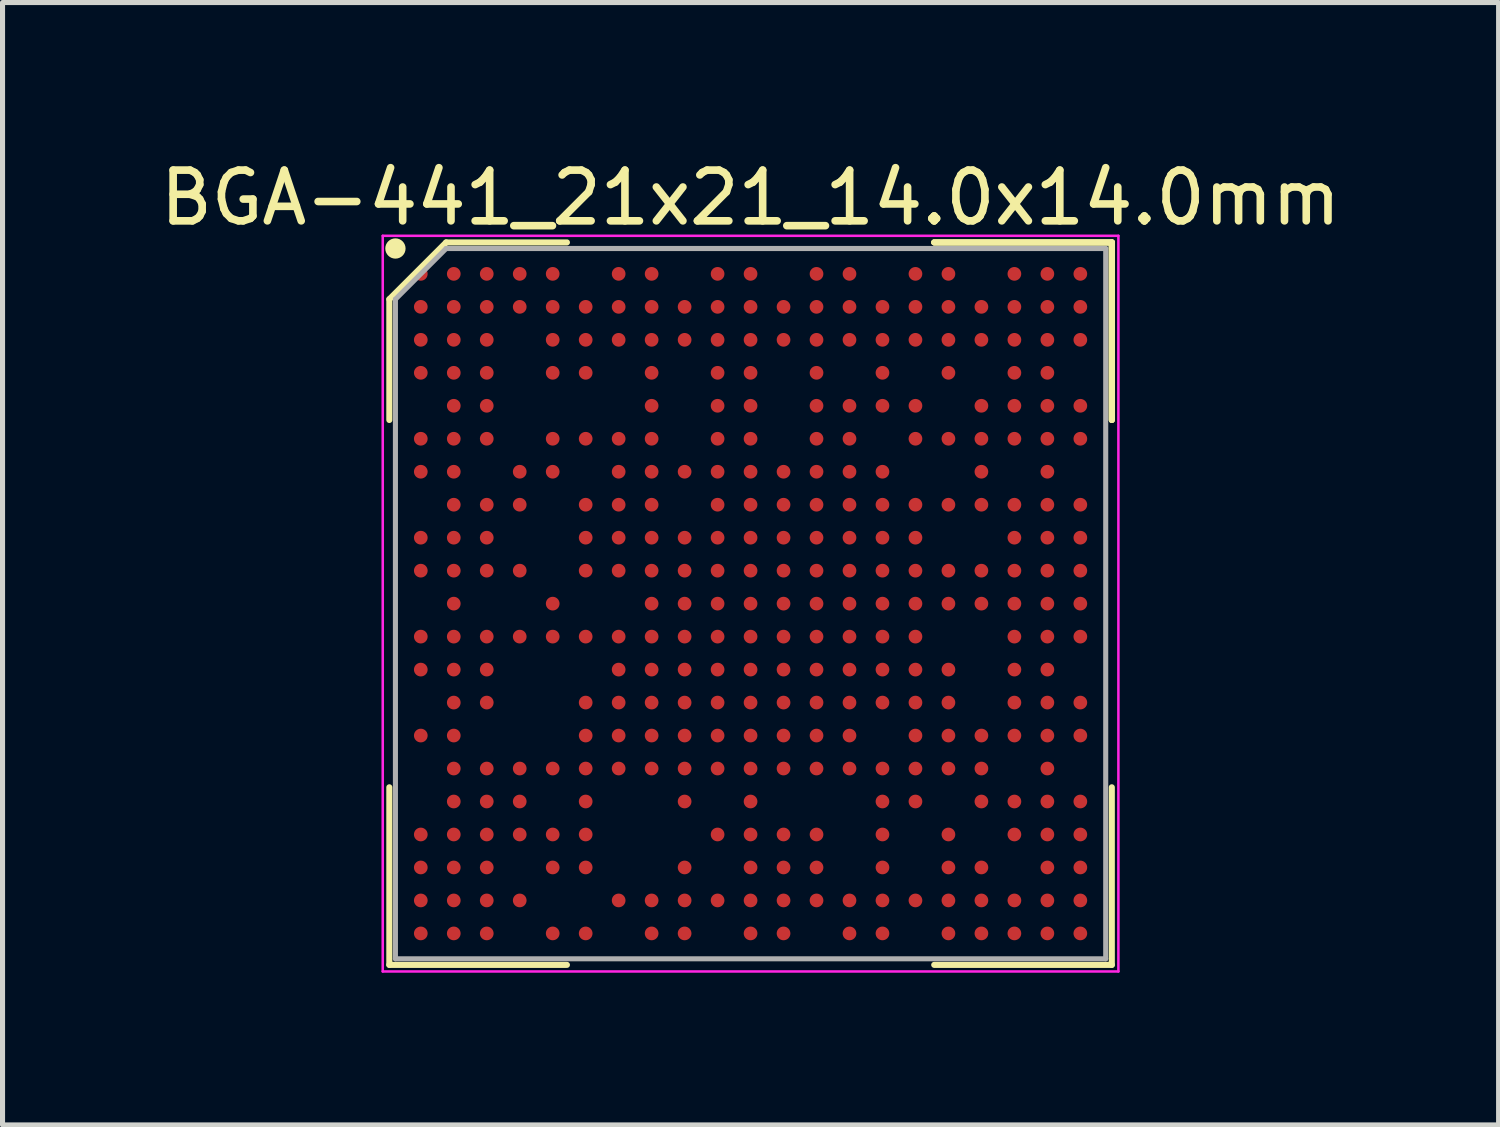
<source format=kicad_pcb>
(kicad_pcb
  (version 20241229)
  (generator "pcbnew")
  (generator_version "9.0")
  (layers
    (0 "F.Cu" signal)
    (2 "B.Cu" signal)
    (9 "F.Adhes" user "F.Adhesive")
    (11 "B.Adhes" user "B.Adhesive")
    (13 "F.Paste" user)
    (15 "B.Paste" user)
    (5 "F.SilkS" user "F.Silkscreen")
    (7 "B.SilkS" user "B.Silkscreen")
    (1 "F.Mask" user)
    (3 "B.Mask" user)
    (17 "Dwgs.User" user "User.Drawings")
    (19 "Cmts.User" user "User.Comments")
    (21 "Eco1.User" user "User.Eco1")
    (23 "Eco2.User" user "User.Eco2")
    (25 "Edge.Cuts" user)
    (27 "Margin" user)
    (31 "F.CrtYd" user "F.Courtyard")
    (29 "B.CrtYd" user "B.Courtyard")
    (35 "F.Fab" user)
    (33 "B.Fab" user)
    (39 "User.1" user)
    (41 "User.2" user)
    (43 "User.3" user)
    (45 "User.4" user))
  (footprint "BGA-441_21x21_14.0x14.0mm"
    (layer "F.Cu")
    (at 11.744 8.848)
    (property "Reference" "BGA-441_21x21_14.0x14.0mm" (at 0 -8 0) (layer "F.SilkS") (effects (font (size 1 1) (thickness 0.15))))
    (attr through_hole)
    (fp_line (start -7.12 -6) (end -7.12 -3.62) (stroke (width 0.12) (type solid)) (layer "F.SilkS"))
    (fp_line (start -7.12 7.12) (end -7.12 3.62) (stroke (width 0.12) (type solid)) (layer "F.SilkS"))
    (fp_line (start -6 -7.12) (end -7.12 -6) (stroke (width 0.12) (type solid)) (layer "F.SilkS"))
    (fp_line (start -3.62 -7.12) (end -6 -7.12) (stroke (width 0.12) (type solid)) (layer "F.SilkS"))
    (fp_line (start -3.62 7.12) (end -7.12 7.12) (stroke (width 0.12) (type solid)) (layer "F.SilkS"))
    (fp_line (start 3.62 -7.12) (end 7.12 -7.12) (stroke (width 0.12) (type solid)) (layer "F.SilkS"))
    (fp_line (start 3.62 -7.12) (end 7.12 -7.12) (stroke (width 0.12) (type solid)) (layer "F.SilkS"))
    (fp_line (start 3.62 -7.12) (end 7.12 -7.12) (stroke (width 0.12) (type solid)) (layer "F.SilkS"))
    (fp_line (start 3.62 7.12) (end 7.12 7.12) (stroke (width 0.12) (type solid)) (layer "F.SilkS"))
    (fp_line (start 7.12 -7.12) (end 7.12 -3.62) (stroke (width 0.12) (type solid)) (layer "F.SilkS"))
    (fp_line (start 7.12 -7.12) (end 7.12 -3.62) (stroke (width 0.12) (type solid)) (layer "F.SilkS"))
    (fp_line (start 7.12 -7.12) (end 7.12 -3.62) (stroke (width 0.12) (type solid)) (layer "F.SilkS"))
    (fp_line (start 7.12 7.12) (end 7.12 3.62) (stroke (width 0.12) (type solid)) (layer "F.SilkS"))
    (fp_circle (center -7 -7) (end -7 -6.9) (stroke (width 0.2) (type solid)) (fill no) (layer "F.SilkS"))
    (fp_line (start -7.25 -7.25) (end 7.25 -7.25) (stroke (width 0.05) (type solid)) (layer "F.CrtYd"))
    (fp_line (start -7.25 7.25) (end -7.25 -7.25) (stroke (width 0.05) (type solid)) (layer "F.CrtYd"))
    (fp_line (start 7.25 -7.25) (end 7.25 7.25) (stroke (width 0.05) (type solid)) (layer "F.CrtYd"))
    (fp_line (start 7.25 7.25) (end -7.25 7.25) (stroke (width 0.05) (type solid)) (layer "F.CrtYd"))
    (fp_line (start -7 -6) (end -7 7) (stroke (width 0.1) (type solid)) (layer "F.Fab"))
    (fp_line (start -7 7) (end 7 7) (stroke (width 0.1) (type solid)) (layer "F.Fab"))
    (fp_line (start -6 -7) (end -7 -6) (stroke (width 0.1) (type solid)) (layer "F.Fab"))
    (fp_line (start 7 -7) (end -6 -7) (stroke (width 0.1) (type solid)) (layer "F.Fab"))
    (fp_line (start 7 7) (end 7 -7) (stroke (width 0.1) (type solid)) (layer "F.Fab"))
    (pad "A1" smd circle (at -6.5 -6.5) (size 0.27 0.27) (layers "F.Cu" "F.Mask" "F.Paste"))
    (pad "A2" smd circle (at -5.85 -6.5) (size 0.27 0.27) (layers "F.Cu" "F.Mask" "F.Paste"))
    (pad "A3" smd circle (at -5.2 -6.5) (size 0.27 0.27) (layers "F.Cu" "F.Mask" "F.Paste"))
    (pad "A4" smd circle (at -4.55 -6.5) (size 0.27 0.27) (layers "F.Cu" "F.Mask" "F.Paste"))
    (pad "A5" smd circle (at -3.9 -6.5) (size 0.27 0.27) (layers "F.Cu" "F.Mask" "F.Paste"))
    (pad "A7" smd circle (at -2.6 -6.5) (size 0.27 0.27) (layers "F.Cu" "F.Mask" "F.Paste"))
    (pad "A8" smd circle (at -1.95 -6.5) (size 0.27 0.27) (layers "F.Cu" "F.Mask" "F.Paste"))
    (pad "A10" smd circle (at -0.65 -6.5) (size 0.27 0.27) (layers "F.Cu" "F.Mask" "F.Paste"))
    (pad "A11" smd circle (at 0 -6.5) (size 0.27 0.27) (layers "F.Cu" "F.Mask" "F.Paste"))
    (pad "A13" smd circle (at 1.3 -6.5) (size 0.27 0.27) (layers "F.Cu" "F.Mask" "F.Paste"))
    (pad "A14" smd circle (at 1.95 -6.5) (size 0.27 0.27) (layers "F.Cu" "F.Mask" "F.Paste"))
    (pad "A16" smd circle (at 3.25 -6.5) (size 0.27 0.27) (layers "F.Cu" "F.Mask" "F.Paste"))
    (pad "A17" smd circle (at 3.9 -6.5) (size 0.27 0.27) (layers "F.Cu" "F.Mask" "F.Paste"))
    (pad "A19" smd circle (at 5.2 -6.5) (size 0.27 0.27) (layers "F.Cu" "F.Mask" "F.Paste"))
    (pad "A20" smd circle (at 5.85 -6.5) (size 0.27 0.27) (layers "F.Cu" "F.Mask" "F.Paste"))
    (pad "A21" smd circle (at 6.5 -6.5) (size 0.27 0.27) (layers "F.Cu" "F.Mask" "F.Paste"))
    (pad "AA1" smd circle (at -6.5 6.5) (size 0.27 0.27) (layers "F.Cu" "F.Mask" "F.Paste"))
    (pad "AA2" smd circle (at -5.85 6.5) (size 0.27 0.27) (layers "F.Cu" "F.Mask" "F.Paste"))
    (pad "AA3" smd circle (at -5.2 6.5) (size 0.27 0.27) (layers "F.Cu" "F.Mask" "F.Paste"))
    (pad "AA5" smd circle (at -3.9 6.5) (size 0.27 0.27) (layers "F.Cu" "F.Mask" "F.Paste"))
    (pad "AA6" smd circle (at -3.25 6.5) (size 0.27 0.27) (layers "F.Cu" "F.Mask" "F.Paste"))
    (pad "AA8" smd circle (at -1.95 6.5) (size 0.27 0.27) (layers "F.Cu" "F.Mask" "F.Paste"))
    (pad "AA9" smd circle (at -1.3 6.5) (size 0.27 0.27) (layers "F.Cu" "F.Mask" "F.Paste"))
    (pad "AA11" smd circle (at 0 6.5) (size 0.27 0.27) (layers "F.Cu" "F.Mask" "F.Paste"))
    (pad "AA12" smd circle (at 0.65 6.5) (size 0.27 0.27) (layers "F.Cu" "F.Mask" "F.Paste"))
    (pad "AA14" smd circle (at 1.95 6.5) (size 0.27 0.27) (layers "F.Cu" "F.Mask" "F.Paste"))
    (pad "AA15" smd circle (at 2.6 6.5) (size 0.27 0.27) (layers "F.Cu" "F.Mask" "F.Paste"))
    (pad "AA17" smd circle (at 3.9 6.5) (size 0.27 0.27) (layers "F.Cu" "F.Mask" "F.Paste"))
    (pad "AA18" smd circle (at 4.55 6.5) (size 0.27 0.27) (layers "F.Cu" "F.Mask" "F.Paste"))
    (pad "AA19" smd circle (at 5.2 6.5) (size 0.27 0.27) (layers "F.Cu" "F.Mask" "F.Paste"))
    (pad "AA20" smd circle (at 5.85 6.5) (size 0.27 0.27) (layers "F.Cu" "F.Mask" "F.Paste"))
    (pad "AA21" smd circle (at 6.5 6.5) (size 0.27 0.27) (layers "F.Cu" "F.Mask" "F.Paste"))
    (pad "B1" smd circle (at -6.5 -5.85) (size 0.27 0.27) (layers "F.Cu" "F.Mask" "F.Paste"))
    (pad "B2" smd circle (at -5.85 -5.85) (size 0.27 0.27) (layers "F.Cu" "F.Mask" "F.Paste"))
    (pad "B3" smd circle (at -5.2 -5.85) (size 0.27 0.27) (layers "F.Cu" "F.Mask" "F.Paste"))
    (pad "B4" smd circle (at -4.55 -5.85) (size 0.27 0.27) (layers "F.Cu" "F.Mask" "F.Paste"))
    (pad "B5" smd circle (at -3.9 -5.85) (size 0.27 0.27) (layers "F.Cu" "F.Mask" "F.Paste"))
    (pad "B6" smd circle (at -3.25 -5.85) (size 0.27 0.27) (layers "F.Cu" "F.Mask" "F.Paste"))
    (pad "B7" smd circle (at -2.6 -5.85) (size 0.27 0.27) (layers "F.Cu" "F.Mask" "F.Paste"))
    (pad "B8" smd circle (at -1.95 -5.85) (size 0.27 0.27) (layers "F.Cu" "F.Mask" "F.Paste"))
    (pad "B9" smd circle (at -1.3 -5.85) (size 0.27 0.27) (layers "F.Cu" "F.Mask" "F.Paste"))
    (pad "B10" smd circle (at -0.65 -5.85) (size 0.27 0.27) (layers "F.Cu" "F.Mask" "F.Paste"))
    (pad "B11" smd circle (at 0 -5.85) (size 0.27 0.27) (layers "F.Cu" "F.Mask" "F.Paste"))
    (pad "B12" smd circle (at 0.65 -5.85) (size 0.27 0.27) (layers "F.Cu" "F.Mask" "F.Paste"))
    (pad "B13" smd circle (at 1.3 -5.85) (size 0.27 0.27) (layers "F.Cu" "F.Mask" "F.Paste"))
    (pad "B14" smd circle (at 1.95 -5.85) (size 0.27 0.27) (layers "F.Cu" "F.Mask" "F.Paste"))
    (pad "B15" smd circle (at 2.6 -5.85) (size 0.27 0.27) (layers "F.Cu" "F.Mask" "F.Paste"))
    (pad "B16" smd circle (at 3.25 -5.85) (size 0.27 0.27) (layers "F.Cu" "F.Mask" "F.Paste"))
    (pad "B17" smd circle (at 3.9 -5.85) (size 0.27 0.27) (layers "F.Cu" "F.Mask" "F.Paste"))
    (pad "B18" smd circle (at 4.55 -5.85) (size 0.27 0.27) (layers "F.Cu" "F.Mask" "F.Paste"))
    (pad "B19" smd circle (at 5.2 -5.85) (size 0.27 0.27) (layers "F.Cu" "F.Mask" "F.Paste"))
    (pad "B20" smd circle (at 5.85 -5.85) (size 0.27 0.27) (layers "F.Cu" "F.Mask" "F.Paste"))
    (pad "B21" smd circle (at 6.5 -5.85) (size 0.27 0.27) (layers "F.Cu" "F.Mask" "F.Paste"))
    (pad "C1" smd circle (at -6.5 -5.2) (size 0.27 0.27) (layers "F.Cu" "F.Mask" "F.Paste"))
    (pad "C2" smd circle (at -5.85 -5.2) (size 0.27 0.27) (layers "F.Cu" "F.Mask" "F.Paste"))
    (pad "C3" smd circle (at -5.2 -5.2) (size 0.27 0.27) (layers "F.Cu" "F.Mask" "F.Paste"))
    (pad "C5" smd circle (at -3.9 -5.2) (size 0.27 0.27) (layers "F.Cu" "F.Mask" "F.Paste"))
    (pad "C6" smd circle (at -3.25 -5.2) (size 0.27 0.27) (layers "F.Cu" "F.Mask" "F.Paste"))
    (pad "C7" smd circle (at -2.6 -5.2) (size 0.27 0.27) (layers "F.Cu" "F.Mask" "F.Paste"))
    (pad "C8" smd circle (at -1.95 -5.2) (size 0.27 0.27) (layers "F.Cu" "F.Mask" "F.Paste"))
    (pad "C9" smd circle (at -1.3 -5.2) (size 0.27 0.27) (layers "F.Cu" "F.Mask" "F.Paste"))
    (pad "C10" smd circle (at -0.65 -5.2) (size 0.27 0.27) (layers "F.Cu" "F.Mask" "F.Paste"))
    (pad "C11" smd circle (at 0 -5.2) (size 0.27 0.27) (layers "F.Cu" "F.Mask" "F.Paste"))
    (pad "C12" smd circle (at 0.65 -5.2) (size 0.27 0.27) (layers "F.Cu" "F.Mask" "F.Paste"))
    (pad "C13" smd circle (at 1.3 -5.2) (size 0.27 0.27) (layers "F.Cu" "F.Mask" "F.Paste"))
    (pad "C14" smd circle (at 1.95 -5.2) (size 0.27 0.27) (layers "F.Cu" "F.Mask" "F.Paste"))
    (pad "C15" smd circle (at 2.6 -5.2) (size 0.27 0.27) (layers "F.Cu" "F.Mask" "F.Paste"))
    (pad "C16" smd circle (at 3.25 -5.2) (size 0.27 0.27) (layers "F.Cu" "F.Mask" "F.Paste"))
    (pad "C17" smd circle (at 3.9 -5.2) (size 0.27 0.27) (layers "F.Cu" "F.Mask" "F.Paste"))
    (pad "C18" smd circle (at 4.55 -5.2) (size 0.27 0.27) (layers "F.Cu" "F.Mask" "F.Paste"))
    (pad "C19" smd circle (at 5.2 -5.2) (size 0.27 0.27) (layers "F.Cu" "F.Mask" "F.Paste"))
    (pad "C20" smd circle (at 5.85 -5.2) (size 0.27 0.27) (layers "F.Cu" "F.Mask" "F.Paste"))
    (pad "C21" smd circle (at 6.5 -5.2) (size 0.27 0.27) (layers "F.Cu" "F.Mask" "F.Paste"))
    (pad "D1" smd circle (at -6.5 -4.55) (size 0.27 0.27) (layers "F.Cu" "F.Mask" "F.Paste"))
    (pad "D2" smd circle (at -5.85 -4.55) (size 0.27 0.27) (layers "F.Cu" "F.Mask" "F.Paste"))
    (pad "D3" smd circle (at -5.2 -4.55) (size 0.27 0.27) (layers "F.Cu" "F.Mask" "F.Paste"))
    (pad "D5" smd circle (at -3.9 -4.55) (size 0.27 0.27) (layers "F.Cu" "F.Mask" "F.Paste"))
    (pad "D6" smd circle (at -3.25 -4.55) (size 0.27 0.27) (layers "F.Cu" "F.Mask" "F.Paste"))
    (pad "D8" smd circle (at -1.95 -4.55) (size 0.27 0.27) (layers "F.Cu" "F.Mask" "F.Paste"))
    (pad "D10" smd circle (at -0.65 -4.55) (size 0.27 0.27) (layers "F.Cu" "F.Mask" "F.Paste"))
    (pad "D11" smd circle (at 0 -4.55) (size 0.27 0.27) (layers "F.Cu" "F.Mask" "F.Paste"))
    (pad "D13" smd circle (at 1.3 -4.55) (size 0.27 0.27) (layers "F.Cu" "F.Mask" "F.Paste"))
    (pad "D15" smd circle (at 2.6 -4.55) (size 0.27 0.27) (layers "F.Cu" "F.Mask" "F.Paste"))
    (pad "D17" smd circle (at 3.9 -4.55) (size 0.27 0.27) (layers "F.Cu" "F.Mask" "F.Paste"))
    (pad "D19" smd circle (at 5.2 -4.55) (size 0.27 0.27) (layers "F.Cu" "F.Mask" "F.Paste"))
    (pad "D20" smd circle (at 5.85 -4.55) (size 0.27 0.27) (layers "F.Cu" "F.Mask" "F.Paste"))
    (pad "E2" smd circle (at -5.85 -3.9) (size 0.27 0.27) (layers "F.Cu" "F.Mask" "F.Paste"))
    (pad "E3" smd circle (at -5.2 -3.9) (size 0.27 0.27) (layers "F.Cu" "F.Mask" "F.Paste"))
    (pad "E8" smd circle (at -1.95 -3.9) (size 0.27 0.27) (layers "F.Cu" "F.Mask" "F.Paste"))
    (pad "E10" smd circle (at -0.65 -3.9) (size 0.27 0.27) (layers "F.Cu" "F.Mask" "F.Paste"))
    (pad "E11" smd circle (at 0 -3.9) (size 0.27 0.27) (layers "F.Cu" "F.Mask" "F.Paste"))
    (pad "E13" smd circle (at 1.3 -3.9) (size 0.27 0.27) (layers "F.Cu" "F.Mask" "F.Paste"))
    (pad "E14" smd circle (at 1.95 -3.9) (size 0.27 0.27) (layers "F.Cu" "F.Mask" "F.Paste"))
    (pad "E15" smd circle (at 2.6 -3.9) (size 0.27 0.27) (layers "F.Cu" "F.Mask" "F.Paste"))
    (pad "E16" smd circle (at 3.25 -3.9) (size 0.27 0.27) (layers "F.Cu" "F.Mask" "F.Paste"))
    (pad "E18" smd circle (at 4.55 -3.9) (size 0.27 0.27) (layers "F.Cu" "F.Mask" "F.Paste"))
    (pad "E19" smd circle (at 5.2 -3.9) (size 0.27 0.27) (layers "F.Cu" "F.Mask" "F.Paste"))
    (pad "E20" smd circle (at 5.85 -3.9) (size 0.27 0.27) (layers "F.Cu" "F.Mask" "F.Paste"))
    (pad "E21" smd circle (at 6.5 -3.9) (size 0.27 0.27) (layers "F.Cu" "F.Mask" "F.Paste"))
    (pad "F1" smd circle (at -6.5 -3.25) (size 0.27 0.27) (layers "F.Cu" "F.Mask" "F.Paste"))
    (pad "F2" smd circle (at -5.85 -3.25) (size 0.27 0.27) (layers "F.Cu" "F.Mask" "F.Paste"))
    (pad "F3" smd circle (at -5.2 -3.25) (size 0.27 0.27) (layers "F.Cu" "F.Mask" "F.Paste"))
    (pad "F5" smd circle (at -3.9 -3.25) (size 0.27 0.27) (layers "F.Cu" "F.Mask" "F.Paste"))
    (pad "F6" smd circle (at -3.25 -3.25) (size 0.27 0.27) (layers "F.Cu" "F.Mask" "F.Paste"))
    (pad "F7" smd circle (at -2.6 -3.25) (size 0.27 0.27) (layers "F.Cu" "F.Mask" "F.Paste"))
    (pad "F8" smd circle (at -1.95 -3.25) (size 0.27 0.27) (layers "F.Cu" "F.Mask" "F.Paste"))
    (pad "F10" smd circle (at -0.65 -3.25) (size 0.27 0.27) (layers "F.Cu" "F.Mask" "F.Paste"))
    (pad "F11" smd circle (at 0 -3.25) (size 0.27 0.27) (layers "F.Cu" "F.Mask" "F.Paste"))
    (pad "F13" smd circle (at 1.3 -3.25) (size 0.27 0.27) (layers "F.Cu" "F.Mask" "F.Paste"))
    (pad "F14" smd circle (at 1.95 -3.25) (size 0.27 0.27) (layers "F.Cu" "F.Mask" "F.Paste"))
    (pad "F16" smd circle (at 3.25 -3.25) (size 0.27 0.27) (layers "F.Cu" "F.Mask" "F.Paste"))
    (pad "F17" smd circle (at 3.9 -3.25) (size 0.27 0.27) (layers "F.Cu" "F.Mask" "F.Paste"))
    (pad "F18" smd circle (at 4.55 -3.25) (size 0.27 0.27) (layers "F.Cu" "F.Mask" "F.Paste"))
    (pad "F19" smd circle (at 5.2 -3.25) (size 0.27 0.27) (layers "F.Cu" "F.Mask" "F.Paste"))
    (pad "F20" smd circle (at 5.85 -3.25) (size 0.27 0.27) (layers "F.Cu" "F.Mask" "F.Paste"))
    (pad "F21" smd circle (at 6.5 -3.25) (size 0.27 0.27) (layers "F.Cu" "F.Mask" "F.Paste"))
    (pad "G1" smd circle (at -6.5 -2.6) (size 0.27 0.27) (layers "F.Cu" "F.Mask" "F.Paste"))
    (pad "G2" smd circle (at -5.85 -2.6) (size 0.27 0.27) (layers "F.Cu" "F.Mask" "F.Paste"))
    (pad "G4" smd circle (at -4.55 -2.6) (size 0.27 0.27) (layers "F.Cu" "F.Mask" "F.Paste"))
    (pad "G5" smd circle (at -3.9 -2.6) (size 0.27 0.27) (layers "F.Cu" "F.Mask" "F.Paste"))
    (pad "G7" smd circle (at -2.6 -2.6) (size 0.27 0.27) (layers "F.Cu" "F.Mask" "F.Paste"))
    (pad "G8" smd circle (at -1.95 -2.6) (size 0.27 0.27) (layers "F.Cu" "F.Mask" "F.Paste"))
    (pad "G9" smd circle (at -1.3 -2.6) (size 0.27 0.27) (layers "F.Cu" "F.Mask" "F.Paste"))
    (pad "G10" smd circle (at -0.65 -2.6) (size 0.27 0.27) (layers "F.Cu" "F.Mask" "F.Paste"))
    (pad "G11" smd circle (at 0 -2.6) (size 0.27 0.27) (layers "F.Cu" "F.Mask" "F.Paste"))
    (pad "G12" smd circle (at 0.65 -2.6) (size 0.27 0.27) (layers "F.Cu" "F.Mask" "F.Paste"))
    (pad "G13" smd circle (at 1.3 -2.6) (size 0.27 0.27) (layers "F.Cu" "F.Mask" "F.Paste"))
    (pad "G14" smd circle (at 1.95 -2.6) (size 0.27 0.27) (layers "F.Cu" "F.Mask" "F.Paste"))
    (pad "G15" smd circle (at 2.6 -2.6) (size 0.27 0.27) (layers "F.Cu" "F.Mask" "F.Paste"))
    (pad "G18" smd circle (at 4.55 -2.6) (size 0.27 0.27) (layers "F.Cu" "F.Mask" "F.Paste"))
    (pad "G20" smd circle (at 5.85 -2.6) (size 0.27 0.27) (layers "F.Cu" "F.Mask" "F.Paste"))
    (pad "H2" smd circle (at -5.85 -1.95) (size 0.27 0.27) (layers "F.Cu" "F.Mask" "F.Paste"))
    (pad "H3" smd circle (at -5.2 -1.95) (size 0.27 0.27) (layers "F.Cu" "F.Mask" "F.Paste"))
    (pad "H4" smd circle (at -4.55 -1.95) (size 0.27 0.27) (layers "F.Cu" "F.Mask" "F.Paste"))
    (pad "H6" smd circle (at -3.25 -1.95) (size 0.27 0.27) (layers "F.Cu" "F.Mask" "F.Paste"))
    (pad "H7" smd circle (at -2.6 -1.95) (size 0.27 0.27) (layers "F.Cu" "F.Mask" "F.Paste"))
    (pad "H8" smd circle (at -1.95 -1.95) (size 0.27 0.27) (layers "F.Cu" "F.Mask" "F.Paste"))
    (pad "H10" smd circle (at -0.65 -1.95) (size 0.27 0.27) (layers "F.Cu" "F.Mask" "F.Paste"))
    (pad "H11" smd circle (at 0 -1.95) (size 0.27 0.27) (layers "F.Cu" "F.Mask" "F.Paste"))
    (pad "H12" smd circle (at 0.65 -1.95) (size 0.27 0.27) (layers "F.Cu" "F.Mask" "F.Paste"))
    (pad "H13" smd circle (at 1.3 -1.95) (size 0.27 0.27) (layers "F.Cu" "F.Mask" "F.Paste"))
    (pad "H14" smd circle (at 1.95 -1.95) (size 0.27 0.27) (layers "F.Cu" "F.Mask" "F.Paste"))
    (pad "H15" smd circle (at 2.6 -1.95) (size 0.27 0.27) (layers "F.Cu" "F.Mask" "F.Paste"))
    (pad "H16" smd circle (at 3.25 -1.95) (size 0.27 0.27) (layers "F.Cu" "F.Mask" "F.Paste"))
    (pad "H17" smd circle (at 3.9 -1.95) (size 0.27 0.27) (layers "F.Cu" "F.Mask" "F.Paste"))
    (pad "H18" smd circle (at 4.55 -1.95) (size 0.27 0.27) (layers "F.Cu" "F.Mask" "F.Paste"))
    (pad "H19" smd circle (at 5.2 -1.95) (size 0.27 0.27) (layers "F.Cu" "F.Mask" "F.Paste"))
    (pad "H20" smd circle (at 5.85 -1.95) (size 0.27 0.27) (layers "F.Cu" "F.Mask" "F.Paste"))
    (pad "H21" smd circle (at 6.5 -1.95) (size 0.27 0.27) (layers "F.Cu" "F.Mask" "F.Paste"))
    (pad "J1" smd circle (at -6.5 -1.3) (size 0.27 0.27) (layers "F.Cu" "F.Mask" "F.Paste"))
    (pad "J2" smd circle (at -5.85 -1.3) (size 0.27 0.27) (layers "F.Cu" "F.Mask" "F.Paste"))
    (pad "J3" smd circle (at -5.2 -1.3) (size 0.27 0.27) (layers "F.Cu" "F.Mask" "F.Paste"))
    (pad "J6" smd circle (at -3.25 -1.3) (size 0.27 0.27) (layers "F.Cu" "F.Mask" "F.Paste"))
    (pad "J7" smd circle (at -2.6 -1.3) (size 0.27 0.27) (layers "F.Cu" "F.Mask" "F.Paste"))
    (pad "J8" smd circle (at -1.95 -1.3) (size 0.27 0.27) (layers "F.Cu" "F.Mask" "F.Paste"))
    (pad "J9" smd circle (at -1.3 -1.3) (size 0.27 0.27) (layers "F.Cu" "F.Mask" "F.Paste"))
    (pad "J10" smd circle (at -0.65 -1.3) (size 0.27 0.27) (layers "F.Cu" "F.Mask" "F.Paste"))
    (pad "J11" smd circle (at 0 -1.3) (size 0.27 0.27) (layers "F.Cu" "F.Mask" "F.Paste"))
    (pad "J12" smd circle (at 0.65 -1.3) (size 0.27 0.27) (layers "F.Cu" "F.Mask" "F.Paste"))
    (pad "J13" smd circle (at 1.3 -1.3) (size 0.27 0.27) (layers "F.Cu" "F.Mask" "F.Paste"))
    (pad "J14" smd circle (at 1.95 -1.3) (size 0.27 0.27) (layers "F.Cu" "F.Mask" "F.Paste"))
    (pad "J15" smd circle (at 2.6 -1.3) (size 0.27 0.27) (layers "F.Cu" "F.Mask" "F.Paste"))
    (pad "J16" smd circle (at 3.25 -1.3) (size 0.27 0.27) (layers "F.Cu" "F.Mask" "F.Paste"))
    (pad "J19" smd circle (at 5.2 -1.3) (size 0.27 0.27) (layers "F.Cu" "F.Mask" "F.Paste"))
    (pad "J20" smd circle (at 5.85 -1.3) (size 0.27 0.27) (layers "F.Cu" "F.Mask" "F.Paste"))
    (pad "J21" smd circle (at 6.5 -1.3) (size 0.27 0.27) (layers "F.Cu" "F.Mask" "F.Paste"))
    (pad "K1" smd circle (at -6.5 -0.65) (size 0.27 0.27) (layers "F.Cu" "F.Mask" "F.Paste"))
    (pad "K2" smd circle (at -5.85 -0.65) (size 0.27 0.27) (layers "F.Cu" "F.Mask" "F.Paste"))
    (pad "K3" smd circle (at -5.2 -0.65) (size 0.27 0.27) (layers "F.Cu" "F.Mask" "F.Paste"))
    (pad "K4" smd circle (at -4.55 -0.65) (size 0.27 0.27) (layers "F.Cu" "F.Mask" "F.Paste"))
    (pad "K6" smd circle (at -3.25 -0.65) (size 0.27 0.27) (layers "F.Cu" "F.Mask" "F.Paste"))
    (pad "K7" smd circle (at -2.6 -0.65) (size 0.27 0.27) (layers "F.Cu" "F.Mask" "F.Paste"))
    (pad "K8" smd circle (at -1.95 -0.65) (size 0.27 0.27) (layers "F.Cu" "F.Mask" "F.Paste"))
    (pad "K9" smd circle (at -1.3 -0.65) (size 0.27 0.27) (layers "F.Cu" "F.Mask" "F.Paste"))
    (pad "K10" smd circle (at -0.65 -0.65) (size 0.27 0.27) (layers "F.Cu" "F.Mask" "F.Paste"))
    (pad "K11" smd circle (at 0 -0.65) (size 0.27 0.27) (layers "F.Cu" "F.Mask" "F.Paste"))
    (pad "K12" smd circle (at 0.65 -0.65) (size 0.27 0.27) (layers "F.Cu" "F.Mask" "F.Paste"))
    (pad "K13" smd circle (at 1.3 -0.65) (size 0.27 0.27) (layers "F.Cu" "F.Mask" "F.Paste"))
    (pad "K14" smd circle (at 1.95 -0.65) (size 0.27 0.27) (layers "F.Cu" "F.Mask" "F.Paste"))
    (pad "K15" smd circle (at 2.6 -0.65) (size 0.27 0.27) (layers "F.Cu" "F.Mask" "F.Paste"))
    (pad "K16" smd circle (at 3.25 -0.65) (size 0.27 0.27) (layers "F.Cu" "F.Mask" "F.Paste"))
    (pad "K17" smd circle (at 3.9 -0.65) (size 0.27 0.27) (layers "F.Cu" "F.Mask" "F.Paste"))
    (pad "K18" smd circle (at 4.55 -0.65) (size 0.27 0.27) (layers "F.Cu" "F.Mask" "F.Paste"))
    (pad "K19" smd circle (at 5.2 -0.65) (size 0.27 0.27) (layers "F.Cu" "F.Mask" "F.Paste"))
    (pad "K20" smd circle (at 5.85 -0.65) (size 0.27 0.27) (layers "F.Cu" "F.Mask" "F.Paste"))
    (pad "K21" smd circle (at 6.5 -0.65) (size 0.27 0.27) (layers "F.Cu" "F.Mask" "F.Paste"))
    (pad "L2" smd circle (at -5.85 0) (size 0.27 0.27) (layers "F.Cu" "F.Mask" "F.Paste"))
    (pad "L5" smd circle (at -3.9 0) (size 0.27 0.27) (layers "F.Cu" "F.Mask" "F.Paste"))
    (pad "L8" smd circle (at -1.95 0) (size 0.27 0.27) (layers "F.Cu" "F.Mask" "F.Paste"))
    (pad "L9" smd circle (at -1.3 0) (size 0.27 0.27) (layers "F.Cu" "F.Mask" "F.Paste"))
    (pad "L10" smd circle (at -0.65 0) (size 0.27 0.27) (layers "F.Cu" "F.Mask" "F.Paste"))
    (pad "L11" smd circle (at 0 0) (size 0.27 0.27) (layers "F.Cu" "F.Mask" "F.Paste"))
    (pad "L12" smd circle (at 0.65 0) (size 0.27 0.27) (layers "F.Cu" "F.Mask" "F.Paste"))
    (pad "L13" smd circle (at 1.3 0) (size 0.27 0.27) (layers "F.Cu" "F.Mask" "F.Paste"))
    (pad "L14" smd circle (at 1.95 0) (size 0.27 0.27) (layers "F.Cu" "F.Mask" "F.Paste"))
    (pad "L15" smd circle (at 2.6 0) (size 0.27 0.27) (layers "F.Cu" "F.Mask" "F.Paste"))
    (pad "L16" smd circle (at 3.25 0) (size 0.27 0.27) (layers "F.Cu" "F.Mask" "F.Paste"))
    (pad "L17" smd circle (at 3.9 0) (size 0.27 0.27) (layers "F.Cu" "F.Mask" "F.Paste"))
    (pad "L18" smd circle (at 4.55 0) (size 0.27 0.27) (layers "F.Cu" "F.Mask" "F.Paste"))
    (pad "L19" smd circle (at 5.2 0) (size 0.27 0.27) (layers "F.Cu" "F.Mask" "F.Paste"))
    (pad "L20" smd circle (at 5.85 0) (size 0.27 0.27) (layers "F.Cu" "F.Mask" "F.Paste"))
    (pad "L21" smd circle (at 6.5 0) (size 0.27 0.27) (layers "F.Cu" "F.Mask" "F.Paste"))
    (pad "M1" smd circle (at -6.5 0.65) (size 0.27 0.27) (layers "F.Cu" "F.Mask" "F.Paste"))
    (pad "M2" smd circle (at -5.85 0.65) (size 0.27 0.27) (layers "F.Cu" "F.Mask" "F.Paste"))
    (pad "M3" smd circle (at -5.2 0.65) (size 0.27 0.27) (layers "F.Cu" "F.Mask" "F.Paste"))
    (pad "M4" smd circle (at -4.55 0.65) (size 0.27 0.27) (layers "F.Cu" "F.Mask" "F.Paste"))
    (pad "M5" smd circle (at -3.9 0.65) (size 0.27 0.27) (layers "F.Cu" "F.Mask" "F.Paste"))
    (pad "M6" smd circle (at -3.25 0.65) (size 0.27 0.27) (layers "F.Cu" "F.Mask" "F.Paste"))
    (pad "M7" smd circle (at -2.6 0.65) (size 0.27 0.27) (layers "F.Cu" "F.Mask" "F.Paste"))
    (pad "M8" smd circle (at -1.95 0.65) (size 0.27 0.27) (layers "F.Cu" "F.Mask" "F.Paste"))
    (pad "M9" smd circle (at -1.3 0.65) (size 0.27 0.27) (layers "F.Cu" "F.Mask" "F.Paste"))
    (pad "M10" smd circle (at -0.65 0.65) (size 0.27 0.27) (layers "F.Cu" "F.Mask" "F.Paste"))
    (pad "M11" smd circle (at 0 0.65) (size 0.27 0.27) (layers "F.Cu" "F.Mask" "F.Paste"))
    (pad "M12" smd circle (at 0.65 0.65) (size 0.27 0.27) (layers "F.Cu" "F.Mask" "F.Paste"))
    (pad "M13" smd circle (at 1.3 0.65) (size 0.27 0.27) (layers "F.Cu" "F.Mask" "F.Paste"))
    (pad "M14" smd circle (at 1.95 0.65) (size 0.27 0.27) (layers "F.Cu" "F.Mask" "F.Paste"))
    (pad "M15" smd circle (at 2.6 0.65) (size 0.27 0.27) (layers "F.Cu" "F.Mask" "F.Paste"))
    (pad "M16" smd circle (at 3.25 0.65) (size 0.27 0.27) (layers "F.Cu" "F.Mask" "F.Paste"))
    (pad "M19" smd circle (at 5.2 0.65) (size 0.27 0.27) (layers "F.Cu" "F.Mask" "F.Paste"))
    (pad "M20" smd circle (at 5.85 0.65) (size 0.27 0.27) (layers "F.Cu" "F.Mask" "F.Paste"))
    (pad "M21" smd circle (at 6.5 0.65) (size 0.27 0.27) (layers "F.Cu" "F.Mask" "F.Paste"))
    (pad "N1" smd circle (at -6.5 1.3) (size 0.27 0.27) (layers "F.Cu" "F.Mask" "F.Paste"))
    (pad "N2" smd circle (at -5.85 1.3) (size 0.27 0.27) (layers "F.Cu" "F.Mask" "F.Paste"))
    (pad "N3" smd circle (at -5.2 1.3) (size 0.27 0.27) (layers "F.Cu" "F.Mask" "F.Paste"))
    (pad "N7" smd circle (at -2.6 1.3) (size 0.27 0.27) (layers "F.Cu" "F.Mask" "F.Paste"))
    (pad "N8" smd circle (at -1.95 1.3) (size 0.27 0.27) (layers "F.Cu" "F.Mask" "F.Paste"))
    (pad "N9" smd circle (at -1.3 1.3) (size 0.27 0.27) (layers "F.Cu" "F.Mask" "F.Paste"))
    (pad "N10" smd circle (at -0.65 1.3) (size 0.27 0.27) (layers "F.Cu" "F.Mask" "F.Paste"))
    (pad "N11" smd circle (at 0 1.3) (size 0.27 0.27) (layers "F.Cu" "F.Mask" "F.Paste"))
    (pad "N12" smd circle (at 0.65 1.3) (size 0.27 0.27) (layers "F.Cu" "F.Mask" "F.Paste"))
    (pad "N13" smd circle (at 1.3 1.3) (size 0.27 0.27) (layers "F.Cu" "F.Mask" "F.Paste"))
    (pad "N14" smd circle (at 1.95 1.3) (size 0.27 0.27) (layers "F.Cu" "F.Mask" "F.Paste"))
    (pad "N15" smd circle (at 2.6 1.3) (size 0.27 0.27) (layers "F.Cu" "F.Mask" "F.Paste"))
    (pad "N16" smd circle (at 3.25 1.3) (size 0.27 0.27) (layers "F.Cu" "F.Mask" "F.Paste"))
    (pad "N17" smd circle (at 3.9 1.3) (size 0.27 0.27) (layers "F.Cu" "F.Mask" "F.Paste"))
    (pad "N19" smd circle (at 5.2 1.3) (size 0.27 0.27) (layers "F.Cu" "F.Mask" "F.Paste"))
    (pad "N20" smd circle (at 5.85 1.3) (size 0.27 0.27) (layers "F.Cu" "F.Mask" "F.Paste"))
    (pad "P2" smd circle (at -5.85 1.95) (size 0.27 0.27) (layers "F.Cu" "F.Mask" "F.Paste"))
    (pad "P3" smd circle (at -5.2 1.95) (size 0.27 0.27) (layers "F.Cu" "F.Mask" "F.Paste"))
    (pad "P6" smd circle (at -3.25 1.95) (size 0.27 0.27) (layers "F.Cu" "F.Mask" "F.Paste"))
    (pad "P7" smd circle (at -2.6 1.95) (size 0.27 0.27) (layers "F.Cu" "F.Mask" "F.Paste"))
    (pad "P8" smd circle (at -1.95 1.95) (size 0.27 0.27) (layers "F.Cu" "F.Mask" "F.Paste"))
    (pad "P9" smd circle (at -1.3 1.95) (size 0.27 0.27) (layers "F.Cu" "F.Mask" "F.Paste"))
    (pad "P10" smd circle (at -0.65 1.95) (size 0.27 0.27) (layers "F.Cu" "F.Mask" "F.Paste"))
    (pad "P11" smd circle (at 0 1.95) (size 0.27 0.27) (layers "F.Cu" "F.Mask" "F.Paste"))
    (pad "P12" smd circle (at 0.65 1.95) (size 0.27 0.27) (layers "F.Cu" "F.Mask" "F.Paste"))
    (pad "P13" smd circle (at 1.3 1.95) (size 0.27 0.27) (layers "F.Cu" "F.Mask" "F.Paste"))
    (pad "P14" smd circle (at 1.95 1.95) (size 0.27 0.27) (layers "F.Cu" "F.Mask" "F.Paste"))
    (pad "P15" smd circle (at 2.6 1.95) (size 0.27 0.27) (layers "F.Cu" "F.Mask" "F.Paste"))
    (pad "P16" smd circle (at 3.25 1.95) (size 0.27 0.27) (layers "F.Cu" "F.Mask" "F.Paste"))
    (pad "P17" smd circle (at 3.9 1.95) (size 0.27 0.27) (layers "F.Cu" "F.Mask" "F.Paste"))
    (pad "P19" smd circle (at 5.2 1.95) (size 0.27 0.27) (layers "F.Cu" "F.Mask" "F.Paste"))
    (pad "P20" smd circle (at 5.85 1.95) (size 0.27 0.27) (layers "F.Cu" "F.Mask" "F.Paste"))
    (pad "P21" smd circle (at 6.5 1.95) (size 0.27 0.27) (layers "F.Cu" "F.Mask" "F.Paste"))
    (pad "R1" smd circle (at -6.5 2.6) (size 0.27 0.27) (layers "F.Cu" "F.Mask" "F.Paste"))
    (pad "R2" smd circle (at -5.85 2.6) (size 0.27 0.27) (layers "F.Cu" "F.Mask" "F.Paste"))
    (pad "R6" smd circle (at -3.25 2.6) (size 0.27 0.27) (layers "F.Cu" "F.Mask" "F.Paste"))
    (pad "R7" smd circle (at -2.6 2.6) (size 0.27 0.27) (layers "F.Cu" "F.Mask" "F.Paste"))
    (pad "R8" smd circle (at -1.95 2.6) (size 0.27 0.27) (layers "F.Cu" "F.Mask" "F.Paste"))
    (pad "R9" smd circle (at -1.3 2.6) (size 0.27 0.27) (layers "F.Cu" "F.Mask" "F.Paste"))
    (pad "R10" smd circle (at -0.65 2.6) (size 0.27 0.27) (layers "F.Cu" "F.Mask" "F.Paste"))
    (pad "R11" smd circle (at 0 2.6) (size 0.27 0.27) (layers "F.Cu" "F.Mask" "F.Paste"))
    (pad "R12" smd circle (at 0.65 2.6) (size 0.27 0.27) (layers "F.Cu" "F.Mask" "F.Paste"))
    (pad "R13" smd circle (at 1.3 2.6) (size 0.27 0.27) (layers "F.Cu" "F.Mask" "F.Paste"))
    (pad "R14" smd circle (at 1.95 2.6) (size 0.27 0.27) (layers "F.Cu" "F.Mask" "F.Paste"))
    (pad "R16" smd circle (at 3.25 2.6) (size 0.27 0.27) (layers "F.Cu" "F.Mask" "F.Paste"))
    (pad "R17" smd circle (at 3.9 2.6) (size 0.27 0.27) (layers "F.Cu" "F.Mask" "F.Paste"))
    (pad "R18" smd circle (at 4.55 2.6) (size 0.27 0.27) (layers "F.Cu" "F.Mask" "F.Paste"))
    (pad "R19" smd circle (at 5.2 2.6) (size 0.27 0.27) (layers "F.Cu" "F.Mask" "F.Paste"))
    (pad "R20" smd circle (at 5.85 2.6) (size 0.27 0.27) (layers "F.Cu" "F.Mask" "F.Paste"))
    (pad "R21" smd circle (at 6.5 2.6) (size 0.27 0.27) (layers "F.Cu" "F.Mask" "F.Paste"))
    (pad "T2" smd circle (at -5.85 3.25) (size 0.27 0.27) (layers "F.Cu" "F.Mask" "F.Paste"))
    (pad "T3" smd circle (at -5.2 3.25) (size 0.27 0.27) (layers "F.Cu" "F.Mask" "F.Paste"))
    (pad "T4" smd circle (at -4.55 3.25) (size 0.27 0.27) (layers "F.Cu" "F.Mask" "F.Paste"))
    (pad "T5" smd circle (at -3.9 3.25) (size 0.27 0.27) (layers "F.Cu" "F.Mask" "F.Paste"))
    (pad "T6" smd circle (at -3.25 3.25) (size 0.27 0.27) (layers "F.Cu" "F.Mask" "F.Paste"))
    (pad "T7" smd circle (at -2.6 3.25) (size 0.27 0.27) (layers "F.Cu" "F.Mask" "F.Paste"))
    (pad "T8" smd circle (at -1.95 3.25) (size 0.27 0.27) (layers "F.Cu" "F.Mask" "F.Paste"))
    (pad "T9" smd circle (at -1.3 3.25) (size 0.27 0.27) (layers "F.Cu" "F.Mask" "F.Paste"))
    (pad "T10" smd circle (at -0.65 3.25) (size 0.27 0.27) (layers "F.Cu" "F.Mask" "F.Paste"))
    (pad "T11" smd circle (at 0 3.25) (size 0.27 0.27) (layers "F.Cu" "F.Mask" "F.Paste"))
    (pad "T12" smd circle (at 0.65 3.25) (size 0.27 0.27) (layers "F.Cu" "F.Mask" "F.Paste"))
    (pad "T13" smd circle (at 1.3 3.25) (size 0.27 0.27) (layers "F.Cu" "F.Mask" "F.Paste"))
    (pad "T14" smd circle (at 1.95 3.25) (size 0.27 0.27) (layers "F.Cu" "F.Mask" "F.Paste"))
    (pad "T15" smd circle (at 2.6 3.25) (size 0.27 0.27) (layers "F.Cu" "F.Mask" "F.Paste"))
    (pad "T16" smd circle (at 3.25 3.25) (size 0.27 0.27) (layers "F.Cu" "F.Mask" "F.Paste"))
    (pad "T17" smd circle (at 3.9 3.25) (size 0.27 0.27) (layers "F.Cu" "F.Mask" "F.Paste"))
    (pad "T18" smd circle (at 4.55 3.25) (size 0.27 0.27) (layers "F.Cu" "F.Mask" "F.Paste"))
    (pad "T20" smd circle (at 5.85 3.25) (size 0.27 0.27) (layers "F.Cu" "F.Mask" "F.Paste"))
    (pad "U2" smd circle (at -5.85 3.9) (size 0.27 0.27) (layers "F.Cu" "F.Mask" "F.Paste"))
    (pad "U3" smd circle (at -5.2 3.9) (size 0.27 0.27) (layers "F.Cu" "F.Mask" "F.Paste"))
    (pad "U4" smd circle (at -4.55 3.9) (size 0.27 0.27) (layers "F.Cu" "F.Mask" "F.Paste"))
    (pad "U6" smd circle (at -3.25 3.9) (size 0.27 0.27) (layers "F.Cu" "F.Mask" "F.Paste"))
    (pad "U9" smd circle (at -1.3 3.9) (size 0.27 0.27) (layers "F.Cu" "F.Mask" "F.Paste"))
    (pad "U11" smd circle (at 0 3.9) (size 0.27 0.27) (layers "F.Cu" "F.Mask" "F.Paste"))
    (pad "U15" smd circle (at 2.6 3.9) (size 0.27 0.27) (layers "F.Cu" "F.Mask" "F.Paste"))
    (pad "U16" smd circle (at 3.25 3.9) (size 0.27 0.27) (layers "F.Cu" "F.Mask" "F.Paste"))
    (pad "U18" smd circle (at 4.55 3.9) (size 0.27 0.27) (layers "F.Cu" "F.Mask" "F.Paste"))
    (pad "U19" smd circle (at 5.2 3.9) (size 0.27 0.27) (layers "F.Cu" "F.Mask" "F.Paste"))
    (pad "U20" smd circle (at 5.85 3.9) (size 0.27 0.27) (layers "F.Cu" "F.Mask" "F.Paste"))
    (pad "U21" smd circle (at 6.5 3.9) (size 0.27 0.27) (layers "F.Cu" "F.Mask" "F.Paste"))
    (pad "V1" smd circle (at -6.5 4.55) (size 0.27 0.27) (layers "F.Cu" "F.Mask" "F.Paste"))
    (pad "V2" smd circle (at -5.85 4.55) (size 0.27 0.27) (layers "F.Cu" "F.Mask" "F.Paste"))
    (pad "V3" smd circle (at -5.2 4.55) (size 0.27 0.27) (layers "F.Cu" "F.Mask" "F.Paste"))
    (pad "V4" smd circle (at -4.55 4.55) (size 0.27 0.27) (layers "F.Cu" "F.Mask" "F.Paste"))
    (pad "V5" smd circle (at -3.9 4.55) (size 0.27 0.27) (layers "F.Cu" "F.Mask" "F.Paste"))
    (pad "V6" smd circle (at -3.25 4.55) (size 0.27 0.27) (layers "F.Cu" "F.Mask" "F.Paste"))
    (pad "V10" smd circle (at -0.65 4.55) (size 0.27 0.27) (layers "F.Cu" "F.Mask" "F.Paste"))
    (pad "V11" smd circle (at 0 4.55) (size 0.27 0.27) (layers "F.Cu" "F.Mask" "F.Paste"))
    (pad "V12" smd circle (at 0.65 4.55) (size 0.27 0.27) (layers "F.Cu" "F.Mask" "F.Paste"))
    (pad "V13" smd circle (at 1.3 4.55) (size 0.27 0.27) (layers "F.Cu" "F.Mask" "F.Paste"))
    (pad "V15" smd circle (at 2.6 4.55) (size 0.27 0.27) (layers "F.Cu" "F.Mask" "F.Paste"))
    (pad "V17" smd circle (at 3.9 4.55) (size 0.27 0.27) (layers "F.Cu" "F.Mask" "F.Paste"))
    (pad "V19" smd circle (at 5.2 4.55) (size 0.27 0.27) (layers "F.Cu" "F.Mask" "F.Paste"))
    (pad "V20" smd circle (at 5.85 4.55) (size 0.27 0.27) (layers "F.Cu" "F.Mask" "F.Paste"))
    (pad "V21" smd circle (at 6.5 4.55) (size 0.27 0.27) (layers "F.Cu" "F.Mask" "F.Paste"))
    (pad "W1" smd circle (at -6.5 5.2) (size 0.27 0.27) (layers "F.Cu" "F.Mask" "F.Paste"))
    (pad "W2" smd circle (at -5.85 5.2) (size 0.27 0.27) (layers "F.Cu" "F.Mask" "F.Paste"))
    (pad "W3" smd circle (at -5.2 5.2) (size 0.27 0.27) (layers "F.Cu" "F.Mask" "F.Paste"))
    (pad "W5" smd circle (at -3.9 5.2) (size 0.27 0.27) (layers "F.Cu" "F.Mask" "F.Paste"))
    (pad "W6" smd circle (at -3.25 5.2) (size 0.27 0.27) (layers "F.Cu" "F.Mask" "F.Paste"))
    (pad "W9" smd circle (at -1.3 5.2) (size 0.27 0.27) (layers "F.Cu" "F.Mask" "F.Paste"))
    (pad "W11" smd circle (at 0 5.2) (size 0.27 0.27) (layers "F.Cu" "F.Mask" "F.Paste"))
    (pad "W12" smd circle (at 0.65 5.2) (size 0.27 0.27) (layers "F.Cu" "F.Mask" "F.Paste"))
    (pad "W13" smd circle (at 1.3 5.2) (size 0.27 0.27) (layers "F.Cu" "F.Mask" "F.Paste"))
    (pad "W15" smd circle (at 2.6 5.2) (size 0.27 0.27) (layers "F.Cu" "F.Mask" "F.Paste"))
    (pad "W17" smd circle (at 3.9 5.2) (size 0.27 0.27) (layers "F.Cu" "F.Mask" "F.Paste"))
    (pad "W18" smd circle (at 4.55 5.2) (size 0.27 0.27) (layers "F.Cu" "F.Mask" "F.Paste"))
    (pad "W20" smd circle (at 5.85 5.2) (size 0.27 0.27) (layers "F.Cu" "F.Mask" "F.Paste"))
    (pad "W21" smd circle (at 6.5 5.2) (size 0.27 0.27) (layers "F.Cu" "F.Mask" "F.Paste"))
    (pad "Y1" smd circle (at -6.5 5.85) (size 0.27 0.27) (layers "F.Cu" "F.Mask" "F.Paste"))
    (pad "Y2" smd circle (at -5.85 5.85) (size 0.27 0.27) (layers "F.Cu" "F.Mask" "F.Paste"))
    (pad "Y3" smd circle (at -5.2 5.85) (size 0.27 0.27) (layers "F.Cu" "F.Mask" "F.Paste"))
    (pad "Y4" smd circle (at -4.55 5.85) (size 0.27 0.27) (layers "F.Cu" "F.Mask" "F.Paste"))
    (pad "Y7" smd circle (at -2.6 5.85) (size 0.27 0.27) (layers "F.Cu" "F.Mask" "F.Paste"))
    (pad "Y8" smd circle (at -1.95 5.85) (size 0.27 0.27) (layers "F.Cu" "F.Mask" "F.Paste"))
    (pad "Y9" smd circle (at -1.3 5.85) (size 0.27 0.27) (layers "F.Cu" "F.Mask" "F.Paste"))
    (pad "Y10" smd circle (at -0.65 5.85) (size 0.27 0.27) (layers "F.Cu" "F.Mask" "F.Paste"))
    (pad "Y11" smd circle (at 0 5.85) (size 0.27 0.27) (layers "F.Cu" "F.Mask" "F.Paste"))
    (pad "Y12" smd circle (at 0.65 5.85) (size 0.27 0.27) (layers "F.Cu" "F.Mask" "F.Paste"))
    (pad "Y13" smd circle (at 1.3 5.85) (size 0.27 0.27) (layers "F.Cu" "F.Mask" "F.Paste"))
    (pad "Y14" smd circle (at 1.95 5.85) (size 0.27 0.27) (layers "F.Cu" "F.Mask" "F.Paste"))
    (pad "Y15" smd circle (at 2.6 5.85) (size 0.27 0.27) (layers "F.Cu" "F.Mask" "F.Paste"))
    (pad "Y16" smd circle (at 3.25 5.85) (size 0.27 0.27) (layers "F.Cu" "F.Mask" "F.Paste"))
    (pad "Y17" smd circle (at 3.9 5.85) (size 0.27 0.27) (layers "F.Cu" "F.Mask" "F.Paste"))
    (pad "Y18" smd circle (at 4.55 5.85) (size 0.27 0.27) (layers "F.Cu" "F.Mask" "F.Paste"))
    (pad "Y19" smd circle (at 5.2 5.85) (size 0.27 0.27) (layers "F.Cu" "F.Mask" "F.Paste"))
    (pad "Y20" smd circle (at 5.85 5.85) (size 0.27 0.27) (layers "F.Cu" "F.Mask" "F.Paste"))
    (pad "Y21" smd circle (at 6.5 5.85) (size 0.27 0.27) (layers "F.Cu" "F.Mask" "F.Paste")))
  (gr_rect
    (start -3 -3)
    (end 26.488 19.123)
    (stroke (width 0.1) (type default))
    (fill no)
    (layer "Edge.Cuts")))
</source>
